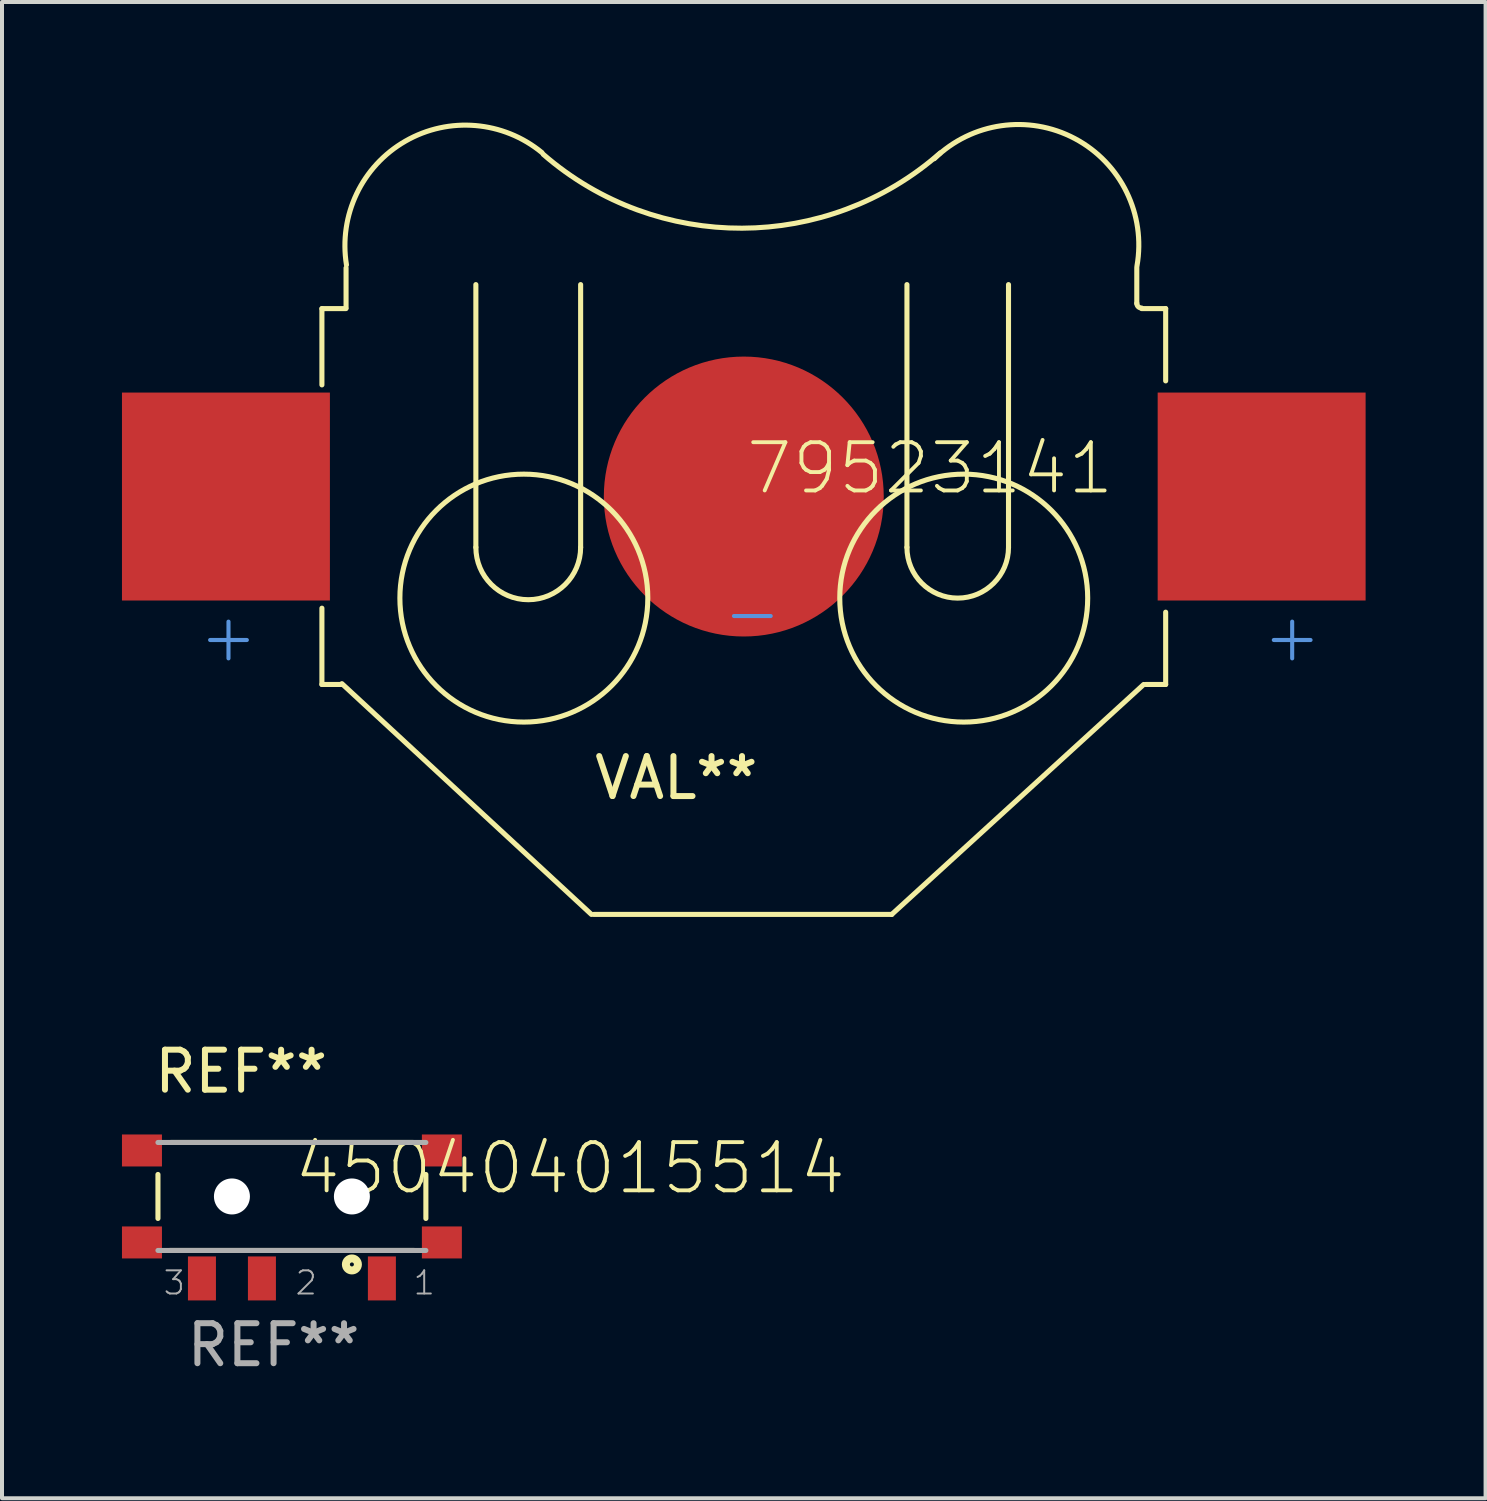
<source format=kicad_pcb>
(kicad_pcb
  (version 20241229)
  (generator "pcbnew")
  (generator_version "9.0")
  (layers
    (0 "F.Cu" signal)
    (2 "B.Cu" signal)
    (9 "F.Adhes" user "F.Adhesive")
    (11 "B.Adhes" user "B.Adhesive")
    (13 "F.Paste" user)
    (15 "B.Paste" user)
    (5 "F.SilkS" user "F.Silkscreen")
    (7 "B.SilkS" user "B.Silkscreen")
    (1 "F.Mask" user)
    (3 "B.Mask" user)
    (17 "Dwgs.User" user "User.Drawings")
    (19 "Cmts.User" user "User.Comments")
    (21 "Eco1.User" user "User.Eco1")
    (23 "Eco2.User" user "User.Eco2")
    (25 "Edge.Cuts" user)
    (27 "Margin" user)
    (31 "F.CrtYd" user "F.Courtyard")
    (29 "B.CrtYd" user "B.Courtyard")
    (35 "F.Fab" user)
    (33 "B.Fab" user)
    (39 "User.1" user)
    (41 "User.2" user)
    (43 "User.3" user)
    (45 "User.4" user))
  (footprint "79523141"
    (layer "F.Cu")
    (at 15.55 9.367)
    (property "Reference" "79523141" (at 0 0 0) (layer "F.SilkS") (effects (font (size 1.206 1.206) (thickness 0.097)) (justify left bottom)))
    (attr through_hole)
    (fp_line (start -10.55 -4.699) (end -10.55 -2.792) (stroke (width 0.127) (type solid)) (layer "F.SilkS"))
    (fp_line (start -10.55 -4.699) (end -9.95 -4.7) (stroke (width 0.127) (type solid)) (layer "F.SilkS"))
    (fp_line (start -10.55 4.699) (end -10.55 2.792) (stroke (width 0.127) (type solid)) (layer "F.SilkS"))
    (fp_line (start -10.55 4.699) (end -10.05 4.7) (stroke (width 0.127) (type solid)) (layer "F.SilkS"))
    (fp_line (start -10.05 4.68) (end -3.81 10.45) (stroke (width 0.127) (type solid)) (layer "F.SilkS"))
    (fp_line (start -9.946 -4.715) (end -9.946 -5.717) (stroke (width 0.127) (type solid)) (layer "F.SilkS"))
    (fp_line (start -6.7 1.27) (end -6.7 -5.3) (stroke (width 0.127) (type solid)) (layer "F.SilkS"))
    (fp_line (start -4.08 1.27) (end -4.08 -5.3) (stroke (width 0.127) (type solid)) (layer "F.SilkS"))
    (fp_line (start -3.75 10.45) (end 3.7 10.45) (stroke (width 0.127) (type solid)) (layer "F.SilkS"))
    (fp_line (start 4.08 1.27) (end 4.08 -5.3) (stroke (width 0.127) (type solid)) (layer "F.SilkS"))
    (fp_line (start 6.62 1.27) (end 6.62 -5.3) (stroke (width 0.127) (type solid)) (layer "F.SilkS"))
    (fp_line (start 9.828 -4.832) (end 9.828 -5.717) (stroke (width 0.127) (type solid)) (layer "F.SilkS"))
    (fp_line (start 9.95 -4.7) (end 10.55 -4.699) (stroke (width 0.127) (type solid)) (layer "F.SilkS"))
    (fp_line (start 10 4.7) (end 3.7 10.45) (stroke (width 0.127) (type solid)) (layer "F.SilkS"))
    (fp_line (start 10.05 4.7) (end 10.55 4.699) (stroke (width 0.127) (type solid)) (layer "F.SilkS"))
    (fp_line (start 10.55 -4.699) (end 10.55 -2.892) (stroke (width 0.127) (type solid)) (layer "F.SilkS"))
    (fp_line (start 10.55 4.699) (end 10.55 2.892) (stroke (width 0.127) (type solid)) (layer "F.SilkS"))
    (fp_arc (start -9.93574 -5.79259) (mid -8.462136 -8.887852) (end -5.046098 -8.60003) (stroke (width 0.127) (type solid)) (layer "F.SilkS"))
    (fp_arc (start -4.08 1.27) (mid -5.39 2.58) (end -6.7 1.27) (stroke (width 0.127) (type solid)) (layer "F.SilkS"))
    (fp_arc (start 4.764829 -8.448717) (mid 8.276572 -8.952918) (end 9.83199 -5.764309) (stroke (width 0.127) (type solid)) (layer "F.SilkS"))
    (fp_arc (start 4.91295 -8.592179) (mid -0.044127 -6.710445) (end -5.014309 -8.55729) (stroke (width 0.127) (type solid)) (layer "F.SilkS"))
    (fp_arc (start 6.62 1.27) (mid 5.35 2.54) (end 4.08 1.27) (stroke (width 0.127) (type solid)) (layer "F.SilkS"))
    (fp_arc (start 9.94619 -4.71475) (mid 9.862964 -4.749224) (end 9.82849 -4.83245) (stroke (width 0.127) (type solid)) (layer "F.SilkS"))
    (fp_circle (center -5.5 2.54) (end -2.4 2.54) (stroke (width 0.127) (type solid)) (fill no) (layer "F.SilkS"))
    (fp_circle (center 5.5 2.54) (end 8.6 2.54) (stroke (width 0.127) (type solid)) (fill no) (layer "F.SilkS"))
    (fp_text user "VAL**" (at -3.81 7.62 0) (layer "F.SilkS") (effects (font (size 1 1) (thickness 0.15)) (justify left bottom)))
    (fp_text user "+" (at -13.7 4.2 0) (layer "Cmts.User") (effects (font (size 1.206 1.206) (thickness 0.102)) (justify left bottom)))
    (fp_text user "+" (at 12.9 4.2 0) (layer "Cmts.User") (effects (font (size 1.206 1.206) (thickness 0.102)) (justify left bottom)))
    (fp_text user "-" (at -0.6 3.6 0) (layer "Cmts.User") (effects (font (size 1.206 1.206) (thickness 0.102)) (justify left bottom)))
    (pad "1" smd rect (at -12.95 0 180) (size 5.2 5.2) (layers "F.Cu" "F.Mask" "F.Paste"))
    (pad "1" smd rect (at 12.95 0) (size 5.2 5.2) (layers "F.Cu" "F.Mask" "F.Paste"))
    (pad "2" smd circle (at 0 0) (size 7 7) (layers "F.Cu" "F.Mask" "F.Paste")))
  (footprint "450404015514"
    (layer "F.Cu")
    (at 4.25 26.87)
    (property "Reference" "450404015514" (at 0 0 0) (layer "F.SilkS") (effects (font (size 1.206 1.206) (thickness 0.097)) (justify left bottom)))
    (attr through_hole)
    (fp_line (start -3.35 -0.55) (end -3.35 0.55) (stroke (width 0.127) (type solid)) (layer "F.SilkS"))
    (fp_line (start -3.05 1.35) (end 3.05 1.35) (stroke (width 0.127) (type solid)) (layer "F.SilkS"))
    (fp_line (start -3.03 -1.35) (end 3.03 -1.35) (stroke (width 0.127) (type solid)) (layer "F.SilkS"))
    (fp_line (start 3.35 -0.55) (end 3.35 0.55) (stroke (width 0.127) (type solid)) (layer "F.SilkS"))
    (fp_circle (center 1.5 1.7) (end 1.55 1.7) (stroke (width 0.2) (type solid)) (fill no) (layer "F.SilkS"))
    (fp_line (start -3.35 -1.35) (end 3.35 -1.35) (stroke (width 0.127) (type solid)) (layer "F.Fab"))
    (fp_line (start 3.35 1.35) (end -3.35 1.35) (stroke (width 0.127) (type solid)) (layer "F.Fab"))
    (fp_text user "REF**" (at -1.27 -2.54 0) (layer "F.SilkS") (effects (font (size 1 1) (thickness 0.15)) (justify bottom)))
    (fp_text user "2" (at 0.05 2.5 0) (layer "F.Fab") (effects (font (size 0.579 0.579) (thickness 0.049)) (justify left bottom)))
    (fp_text user "1" (at 3 2.5 0) (layer "F.Fab") (effects (font (size 0.579 0.579) (thickness 0.049)) (justify left bottom)))
    (fp_text user "REF**" (at -2.7 4.3 0) (layer "F.Fab") (effects (font (size 1 1) (thickness 0.15)) (justify left bottom)))
    (fp_text user "3" (at -3.25 2.5 0) (layer "F.Fab") (effects (font (size 0.579 0.579) (thickness 0.049)) (justify left bottom)))
    (pad "" np_thru_hole circle (at -1.5 0) (size 0.9 0.9) (drill 0.9) (layers "*.Cu" "*.Mask"))
    (pad "" np_thru_hole circle (at 1.5 0) (size 0.9 0.9) (drill 0.9) (layers "*.Cu" "*.Mask"))
    (pad "1" smd rect (at 2.25 2.05 90) (size 1.1 0.7) (layers "F.Cu" "F.Mask" "F.Paste"))
    (pad "2" smd rect (at -2.25 2.05 90) (size 1.1 0.7) (layers "F.Cu" "F.Mask" "F.Paste"))
    (pad "3" smd rect (at -0.75 2.05 90) (size 1.1 0.7) (layers "F.Cu" "F.Mask" "F.Paste"))
    (pad "Z1" smd rect (at -3.75 -1.15) (size 1 0.8) (layers "F.Cu" "F.Mask" "F.Paste"))
    (pad "Z2" smd rect (at 3.75 -1.15) (size 1 0.8) (layers "F.Cu" "F.Mask" "F.Paste"))
    (pad "Z3" smd rect (at 3.75 1.15) (size 1 0.8) (layers "F.Cu" "F.Mask" "F.Paste"))
    (pad "Z4" smd rect (at -3.75 1.15) (size 1 0.8) (layers "F.Cu" "F.Mask" "F.Paste")))
  (gr_rect
    (start -3 -3)
    (end 34.1 34.417)
    (stroke (width 0.1) (type default))
    (fill no)
    (layer "Edge.Cuts")))
</source>
